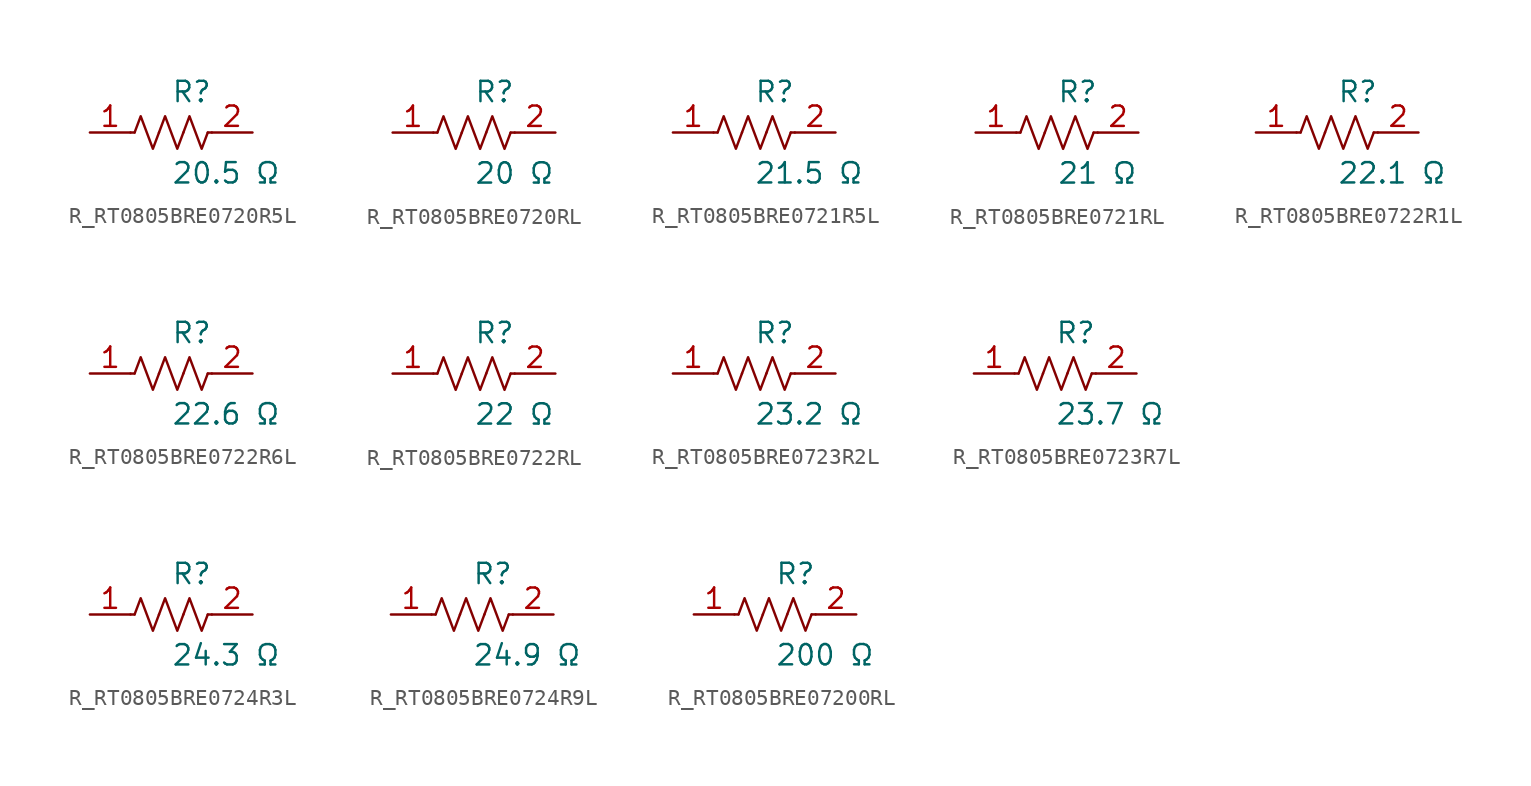
<source format=kicad_sym>
(kicad_symbol_lib
  (version 20231120)
  (generator kicad_symbol_editor)
  (generator_version 8.0)
  (symbol "R_RT0805BRE0720R5L"
    (pin_names
      (offset 0.254))
    (property "Reference" "R"
      (at 0.0 2.54 0)
      (effects (font (size 1.27 1.27)) (justify left)))
    (property "Value" "20.5 Ω"
      (at 0.0 -2.54 0)
      (effects (font (size 1.27 1.27)) (justify left)))
    (symbol "R_RT0805BRE0720R5L_0_1"
      (polyline (pts (xy 2.286 0) (xy 2.54 0)) (stroke (width 0) (type default)) (fill (type none)))
      (polyline (pts (xy -2.286 0) (xy -2.54 0)) (stroke (width 0) (type default)) (fill (type none)))
      (polyline (pts (xy 0.762 0) (xy 1.143 1.016) (xy 1.524 0) (xy 1.905 -1.016) (xy 2.286 0)) (stroke (width 0) (type default)) (fill (type none)))
      (polyline (pts (xy -0.762 0) (xy -0.381 1.016) (xy 0 0) (xy 0.381 -1.016) (xy 0.762 0)) (stroke (width 0) (type default)) (fill (type none)))
      (polyline (pts (xy -2.286 0) (xy -1.905 1.016) (xy -1.524 0) (xy -1.143 -1.016) (xy -0.762 0)) (stroke (width 0) (type default)) (fill (type none))))
    (pin unspecified line
      (at -5.08 0 0)
      (length 2.54)
      (name "" (effects (font (size 1.27 1.27))))
      (number "1" (effects (font (size 1.27 1.27)))))
    (pin unspecified line
      (at 5.08 0 180)
      (length 2.54)
      (name "" (effects (font (size 1.27 1.27))))
      (number "2" (effects (font (size 1.27 1.27))))))
  (symbol "R_RT0805BRE0720RL"
    (pin_names
      (offset 0.254))
    (property "Reference" "R"
      (at 0.0 2.54 0)
      (effects (font (size 1.27 1.27)) (justify left)))
    (property "Value" "20 Ω"
      (at 0.0 -2.54 0)
      (effects (font (size 1.27 1.27)) (justify left)))
    (symbol "R_RT0805BRE0720RL_0_1"
      (polyline (pts (xy 2.286 0) (xy 2.54 0)) (stroke (width 0) (type default)) (fill (type none)))
      (polyline (pts (xy -2.286 0) (xy -2.54 0)) (stroke (width 0) (type default)) (fill (type none)))
      (polyline (pts (xy 0.762 0) (xy 1.143 1.016) (xy 1.524 0) (xy 1.905 -1.016) (xy 2.286 0)) (stroke (width 0) (type default)) (fill (type none)))
      (polyline (pts (xy -0.762 0) (xy -0.381 1.016) (xy 0 0) (xy 0.381 -1.016) (xy 0.762 0)) (stroke (width 0) (type default)) (fill (type none)))
      (polyline (pts (xy -2.286 0) (xy -1.905 1.016) (xy -1.524 0) (xy -1.143 -1.016) (xy -0.762 0)) (stroke (width 0) (type default)) (fill (type none))))
    (pin unspecified line
      (at -5.08 0 0)
      (length 2.54)
      (name "" (effects (font (size 1.27 1.27))))
      (number "1" (effects (font (size 1.27 1.27)))))
    (pin unspecified line
      (at 5.08 0 180)
      (length 2.54)
      (name "" (effects (font (size 1.27 1.27))))
      (number "2" (effects (font (size 1.27 1.27))))))
  (symbol "R_RT0805BRE0721R5L"
    (pin_names
      (offset 0.254))
    (property "Reference" "R"
      (at 0.0 2.54 0)
      (effects (font (size 1.27 1.27)) (justify left)))
    (property "Value" "21.5 Ω"
      (at 0.0 -2.54 0)
      (effects (font (size 1.27 1.27)) (justify left)))
    (symbol "R_RT0805BRE0721R5L_0_1"
      (polyline (pts (xy 2.286 0) (xy 2.54 0)) (stroke (width 0) (type default)) (fill (type none)))
      (polyline (pts (xy -2.286 0) (xy -2.54 0)) (stroke (width 0) (type default)) (fill (type none)))
      (polyline (pts (xy 0.762 0) (xy 1.143 1.016) (xy 1.524 0) (xy 1.905 -1.016) (xy 2.286 0)) (stroke (width 0) (type default)) (fill (type none)))
      (polyline (pts (xy -0.762 0) (xy -0.381 1.016) (xy 0 0) (xy 0.381 -1.016) (xy 0.762 0)) (stroke (width 0) (type default)) (fill (type none)))
      (polyline (pts (xy -2.286 0) (xy -1.905 1.016) (xy -1.524 0) (xy -1.143 -1.016) (xy -0.762 0)) (stroke (width 0) (type default)) (fill (type none))))
    (pin unspecified line
      (at -5.08 0 0)
      (length 2.54)
      (name "" (effects (font (size 1.27 1.27))))
      (number "1" (effects (font (size 1.27 1.27)))))
    (pin unspecified line
      (at 5.08 0 180)
      (length 2.54)
      (name "" (effects (font (size 1.27 1.27))))
      (number "2" (effects (font (size 1.27 1.27))))))
  (symbol "R_RT0805BRE0721RL"
    (pin_names
      (offset 0.254))
    (property "Reference" "R"
      (at 0.0 2.54 0)
      (effects (font (size 1.27 1.27)) (justify left)))
    (property "Value" "21 Ω"
      (at 0.0 -2.54 0)
      (effects (font (size 1.27 1.27)) (justify left)))
    (symbol "R_RT0805BRE0721RL_0_1"
      (polyline (pts (xy 2.286 0) (xy 2.54 0)) (stroke (width 0) (type default)) (fill (type none)))
      (polyline (pts (xy -2.286 0) (xy -2.54 0)) (stroke (width 0) (type default)) (fill (type none)))
      (polyline (pts (xy 0.762 0) (xy 1.143 1.016) (xy 1.524 0) (xy 1.905 -1.016) (xy 2.286 0)) (stroke (width 0) (type default)) (fill (type none)))
      (polyline (pts (xy -0.762 0) (xy -0.381 1.016) (xy 0 0) (xy 0.381 -1.016) (xy 0.762 0)) (stroke (width 0) (type default)) (fill (type none)))
      (polyline (pts (xy -2.286 0) (xy -1.905 1.016) (xy -1.524 0) (xy -1.143 -1.016) (xy -0.762 0)) (stroke (width 0) (type default)) (fill (type none))))
    (pin unspecified line
      (at -5.08 0 0)
      (length 2.54)
      (name "" (effects (font (size 1.27 1.27))))
      (number "1" (effects (font (size 1.27 1.27)))))
    (pin unspecified line
      (at 5.08 0 180)
      (length 2.54)
      (name "" (effects (font (size 1.27 1.27))))
      (number "2" (effects (font (size 1.27 1.27))))))
  (symbol "R_RT0805BRE0722R1L"
    (pin_names
      (offset 0.254))
    (property "Reference" "R"
      (at 0.0 2.54 0)
      (effects (font (size 1.27 1.27)) (justify left)))
    (property "Value" "22.1 Ω"
      (at 0.0 -2.54 0)
      (effects (font (size 1.27 1.27)) (justify left)))
    (symbol "R_RT0805BRE0722R1L_0_1"
      (polyline (pts (xy 2.286 0) (xy 2.54 0)) (stroke (width 0) (type default)) (fill (type none)))
      (polyline (pts (xy -2.286 0) (xy -2.54 0)) (stroke (width 0) (type default)) (fill (type none)))
      (polyline (pts (xy 0.762 0) (xy 1.143 1.016) (xy 1.524 0) (xy 1.905 -1.016) (xy 2.286 0)) (stroke (width 0) (type default)) (fill (type none)))
      (polyline (pts (xy -0.762 0) (xy -0.381 1.016) (xy 0 0) (xy 0.381 -1.016) (xy 0.762 0)) (stroke (width 0) (type default)) (fill (type none)))
      (polyline (pts (xy -2.286 0) (xy -1.905 1.016) (xy -1.524 0) (xy -1.143 -1.016) (xy -0.762 0)) (stroke (width 0) (type default)) (fill (type none))))
    (pin unspecified line
      (at -5.08 0 0)
      (length 2.54)
      (name "" (effects (font (size 1.27 1.27))))
      (number "1" (effects (font (size 1.27 1.27)))))
    (pin unspecified line
      (at 5.08 0 180)
      (length 2.54)
      (name "" (effects (font (size 1.27 1.27))))
      (number "2" (effects (font (size 1.27 1.27))))))
  (symbol "R_RT0805BRE0722R6L"
    (pin_names
      (offset 0.254))
    (property "Reference" "R"
      (at 0.0 2.54 0)
      (effects (font (size 1.27 1.27)) (justify left)))
    (property "Value" "22.6 Ω"
      (at 0.0 -2.54 0)
      (effects (font (size 1.27 1.27)) (justify left)))
    (symbol "R_RT0805BRE0722R6L_0_1"
      (polyline (pts (xy 2.286 0) (xy 2.54 0)) (stroke (width 0) (type default)) (fill (type none)))
      (polyline (pts (xy -2.286 0) (xy -2.54 0)) (stroke (width 0) (type default)) (fill (type none)))
      (polyline (pts (xy 0.762 0) (xy 1.143 1.016) (xy 1.524 0) (xy 1.905 -1.016) (xy 2.286 0)) (stroke (width 0) (type default)) (fill (type none)))
      (polyline (pts (xy -0.762 0) (xy -0.381 1.016) (xy 0 0) (xy 0.381 -1.016) (xy 0.762 0)) (stroke (width 0) (type default)) (fill (type none)))
      (polyline (pts (xy -2.286 0) (xy -1.905 1.016) (xy -1.524 0) (xy -1.143 -1.016) (xy -0.762 0)) (stroke (width 0) (type default)) (fill (type none))))
    (pin unspecified line
      (at -5.08 0 0)
      (length 2.54)
      (name "" (effects (font (size 1.27 1.27))))
      (number "1" (effects (font (size 1.27 1.27)))))
    (pin unspecified line
      (at 5.08 0 180)
      (length 2.54)
      (name "" (effects (font (size 1.27 1.27))))
      (number "2" (effects (font (size 1.27 1.27))))))
  (symbol "R_RT0805BRE0722RL"
    (pin_names
      (offset 0.254))
    (property "Reference" "R"
      (at 0.0 2.54 0)
      (effects (font (size 1.27 1.27)) (justify left)))
    (property "Value" "22 Ω"
      (at 0.0 -2.54 0)
      (effects (font (size 1.27 1.27)) (justify left)))
    (symbol "R_RT0805BRE0722RL_0_1"
      (polyline (pts (xy 2.286 0) (xy 2.54 0)) (stroke (width 0) (type default)) (fill (type none)))
      (polyline (pts (xy -2.286 0) (xy -2.54 0)) (stroke (width 0) (type default)) (fill (type none)))
      (polyline (pts (xy 0.762 0) (xy 1.143 1.016) (xy 1.524 0) (xy 1.905 -1.016) (xy 2.286 0)) (stroke (width 0) (type default)) (fill (type none)))
      (polyline (pts (xy -0.762 0) (xy -0.381 1.016) (xy 0 0) (xy 0.381 -1.016) (xy 0.762 0)) (stroke (width 0) (type default)) (fill (type none)))
      (polyline (pts (xy -2.286 0) (xy -1.905 1.016) (xy -1.524 0) (xy -1.143 -1.016) (xy -0.762 0)) (stroke (width 0) (type default)) (fill (type none))))
    (pin unspecified line
      (at -5.08 0 0)
      (length 2.54)
      (name "" (effects (font (size 1.27 1.27))))
      (number "1" (effects (font (size 1.27 1.27)))))
    (pin unspecified line
      (at 5.08 0 180)
      (length 2.54)
      (name "" (effects (font (size 1.27 1.27))))
      (number "2" (effects (font (size 1.27 1.27))))))
  (symbol "R_RT0805BRE0723R2L"
    (pin_names
      (offset 0.254))
    (property "Reference" "R"
      (at 0.0 2.54 0)
      (effects (font (size 1.27 1.27)) (justify left)))
    (property "Value" "23.2 Ω"
      (at 0.0 -2.54 0)
      (effects (font (size 1.27 1.27)) (justify left)))
    (symbol "R_RT0805BRE0723R2L_0_1"
      (polyline (pts (xy 2.286 0) (xy 2.54 0)) (stroke (width 0) (type default)) (fill (type none)))
      (polyline (pts (xy -2.286 0) (xy -2.54 0)) (stroke (width 0) (type default)) (fill (type none)))
      (polyline (pts (xy 0.762 0) (xy 1.143 1.016) (xy 1.524 0) (xy 1.905 -1.016) (xy 2.286 0)) (stroke (width 0) (type default)) (fill (type none)))
      (polyline (pts (xy -0.762 0) (xy -0.381 1.016) (xy 0 0) (xy 0.381 -1.016) (xy 0.762 0)) (stroke (width 0) (type default)) (fill (type none)))
      (polyline (pts (xy -2.286 0) (xy -1.905 1.016) (xy -1.524 0) (xy -1.143 -1.016) (xy -0.762 0)) (stroke (width 0) (type default)) (fill (type none))))
    (pin unspecified line
      (at -5.08 0 0)
      (length 2.54)
      (name "" (effects (font (size 1.27 1.27))))
      (number "1" (effects (font (size 1.27 1.27)))))
    (pin unspecified line
      (at 5.08 0 180)
      (length 2.54)
      (name "" (effects (font (size 1.27 1.27))))
      (number "2" (effects (font (size 1.27 1.27))))))
  (symbol "R_RT0805BRE0723R7L"
    (pin_names
      (offset 0.254))
    (property "Reference" "R"
      (at 0.0 2.54 0)
      (effects (font (size 1.27 1.27)) (justify left)))
    (property "Value" "23.7 Ω"
      (at 0.0 -2.54 0)
      (effects (font (size 1.27 1.27)) (justify left)))
    (symbol "R_RT0805BRE0723R7L_0_1"
      (polyline (pts (xy 2.286 0) (xy 2.54 0)) (stroke (width 0) (type default)) (fill (type none)))
      (polyline (pts (xy -2.286 0) (xy -2.54 0)) (stroke (width 0) (type default)) (fill (type none)))
      (polyline (pts (xy 0.762 0) (xy 1.143 1.016) (xy 1.524 0) (xy 1.905 -1.016) (xy 2.286 0)) (stroke (width 0) (type default)) (fill (type none)))
      (polyline (pts (xy -0.762 0) (xy -0.381 1.016) (xy 0 0) (xy 0.381 -1.016) (xy 0.762 0)) (stroke (width 0) (type default)) (fill (type none)))
      (polyline (pts (xy -2.286 0) (xy -1.905 1.016) (xy -1.524 0) (xy -1.143 -1.016) (xy -0.762 0)) (stroke (width 0) (type default)) (fill (type none))))
    (pin unspecified line
      (at -5.08 0 0)
      (length 2.54)
      (name "" (effects (font (size 1.27 1.27))))
      (number "1" (effects (font (size 1.27 1.27)))))
    (pin unspecified line
      (at 5.08 0 180)
      (length 2.54)
      (name "" (effects (font (size 1.27 1.27))))
      (number "2" (effects (font (size 1.27 1.27))))))
  (symbol "R_RT0805BRE0724R3L"
    (pin_names
      (offset 0.254))
    (property "Reference" "R"
      (at 0.0 2.54 0)
      (effects (font (size 1.27 1.27)) (justify left)))
    (property "Value" "24.3 Ω"
      (at 0.0 -2.54 0)
      (effects (font (size 1.27 1.27)) (justify left)))
    (symbol "R_RT0805BRE0724R3L_0_1"
      (polyline (pts (xy 2.286 0) (xy 2.54 0)) (stroke (width 0) (type default)) (fill (type none)))
      (polyline (pts (xy -2.286 0) (xy -2.54 0)) (stroke (width 0) (type default)) (fill (type none)))
      (polyline (pts (xy 0.762 0) (xy 1.143 1.016) (xy 1.524 0) (xy 1.905 -1.016) (xy 2.286 0)) (stroke (width 0) (type default)) (fill (type none)))
      (polyline (pts (xy -0.762 0) (xy -0.381 1.016) (xy 0 0) (xy 0.381 -1.016) (xy 0.762 0)) (stroke (width 0) (type default)) (fill (type none)))
      (polyline (pts (xy -2.286 0) (xy -1.905 1.016) (xy -1.524 0) (xy -1.143 -1.016) (xy -0.762 0)) (stroke (width 0) (type default)) (fill (type none))))
    (pin unspecified line
      (at -5.08 0 0)
      (length 2.54)
      (name "" (effects (font (size 1.27 1.27))))
      (number "1" (effects (font (size 1.27 1.27)))))
    (pin unspecified line
      (at 5.08 0 180)
      (length 2.54)
      (name "" (effects (font (size 1.27 1.27))))
      (number "2" (effects (font (size 1.27 1.27))))))
  (symbol "R_RT0805BRE0724R9L"
    (pin_names
      (offset 0.254))
    (property "Reference" "R"
      (at 0.0 2.54 0)
      (effects (font (size 1.27 1.27)) (justify left)))
    (property "Value" "24.9 Ω"
      (at 0.0 -2.54 0)
      (effects (font (size 1.27 1.27)) (justify left)))
    (symbol "R_RT0805BRE0724R9L_0_1"
      (polyline (pts (xy 2.286 0) (xy 2.54 0)) (stroke (width 0) (type default)) (fill (type none)))
      (polyline (pts (xy -2.286 0) (xy -2.54 0)) (stroke (width 0) (type default)) (fill (type none)))
      (polyline (pts (xy 0.762 0) (xy 1.143 1.016) (xy 1.524 0) (xy 1.905 -1.016) (xy 2.286 0)) (stroke (width 0) (type default)) (fill (type none)))
      (polyline (pts (xy -0.762 0) (xy -0.381 1.016) (xy 0 0) (xy 0.381 -1.016) (xy 0.762 0)) (stroke (width 0) (type default)) (fill (type none)))
      (polyline (pts (xy -2.286 0) (xy -1.905 1.016) (xy -1.524 0) (xy -1.143 -1.016) (xy -0.762 0)) (stroke (width 0) (type default)) (fill (type none))))
    (pin unspecified line
      (at -5.08 0 0)
      (length 2.54)
      (name "" (effects (font (size 1.27 1.27))))
      (number "1" (effects (font (size 1.27 1.27)))))
    (pin unspecified line
      (at 5.08 0 180)
      (length 2.54)
      (name "" (effects (font (size 1.27 1.27))))
      (number "2" (effects (font (size 1.27 1.27))))))
  (symbol "R_RT0805BRE07200RL"
    (pin_names
      (offset 0.254))
    (property "Reference" "R"
      (at 0.0 2.54 0)
      (effects (font (size 1.27 1.27)) (justify left)))
    (property "Value" "200 Ω"
      (at 0.0 -2.54 0)
      (effects (font (size 1.27 1.27)) (justify left)))
    (symbol "R_RT0805BRE07200RL_0_1"
      (polyline (pts (xy 2.286 0) (xy 2.54 0)) (stroke (width 0) (type default)) (fill (type none)))
      (polyline (pts (xy -2.286 0) (xy -2.54 0)) (stroke (width 0) (type default)) (fill (type none)))
      (polyline (pts (xy 0.762 0) (xy 1.143 1.016) (xy 1.524 0) (xy 1.905 -1.016) (xy 2.286 0)) (stroke (width 0) (type default)) (fill (type none)))
      (polyline (pts (xy -0.762 0) (xy -0.381 1.016) (xy 0 0) (xy 0.381 -1.016) (xy 0.762 0)) (stroke (width 0) (type default)) (fill (type none)))
      (polyline (pts (xy -2.286 0) (xy -1.905 1.016) (xy -1.524 0) (xy -1.143 -1.016) (xy -0.762 0)) (stroke (width 0) (type default)) (fill (type none))))
    (pin unspecified line
      (at -5.08 0 0)
      (length 2.54)
      (name "" (effects (font (size 1.27 1.27))))
      (number "1" (effects (font (size 1.27 1.27)))))
    (pin unspecified line
      (at 5.08 0 180)
      (length 2.54)
      (name "" (effects (font (size 1.27 1.27))))
      (number "2" (effects (font (size 1.27 1.27)))))))
</source>
